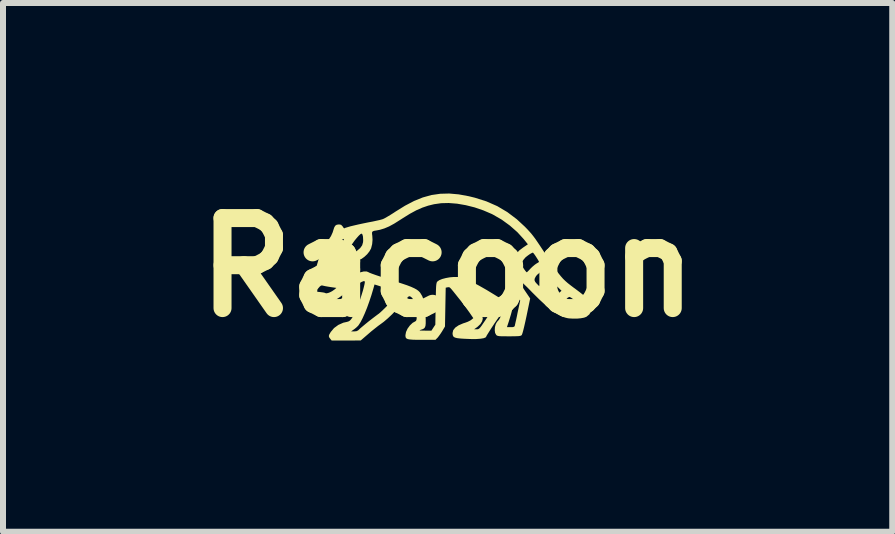
<source format=kicad_pcb>
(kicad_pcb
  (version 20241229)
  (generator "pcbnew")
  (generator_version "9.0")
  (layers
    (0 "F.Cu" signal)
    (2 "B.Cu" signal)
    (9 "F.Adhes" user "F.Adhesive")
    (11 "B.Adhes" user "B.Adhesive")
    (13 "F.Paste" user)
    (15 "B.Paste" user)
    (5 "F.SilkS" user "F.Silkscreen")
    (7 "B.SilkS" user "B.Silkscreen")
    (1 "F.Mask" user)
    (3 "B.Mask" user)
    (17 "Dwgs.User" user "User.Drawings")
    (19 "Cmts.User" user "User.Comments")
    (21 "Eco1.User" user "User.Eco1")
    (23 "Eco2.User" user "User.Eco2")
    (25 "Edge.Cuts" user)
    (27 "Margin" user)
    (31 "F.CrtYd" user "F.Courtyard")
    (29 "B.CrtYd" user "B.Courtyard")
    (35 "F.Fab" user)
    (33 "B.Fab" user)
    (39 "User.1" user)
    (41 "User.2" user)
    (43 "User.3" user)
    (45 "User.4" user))
  (footprint "Racoon"
    (layer "F.Cu")
    (at 4.407 1.404)
    (property "Reference" "Racoon" (at 0 0 0) (layer "F.SilkS") (effects (font (size 1.5 1.5) (thickness 0.3))))
    (attr board_only exclude_from_pos_files exclude_from_bom)
    (fp_poly (pts (xy 0.185 -1.216) (xy 0.353 -1.185) (xy 0.455 -1.16) (xy 0.647 -1.099) (xy 0.827 -1.02) (xy 0.994 -0.921) (xy 1.152 -0.802) (xy 1.286 -0.678) (xy 1.326 -0.637) (xy 1.36 -0.6) (xy 1.393 -0.563) (xy 1.424 -0.524) (xy 1.458 -0.479) (xy 1.495 -0.425) (xy 1.539 -0.36) (xy 1.591 -0.281) (xy 1.641 -0.205) (xy 1.706 -0.105) (xy 1.76 -0.023) (xy 1.807 0.045) (xy 1.848 0.101) (xy 1.886 0.148) (xy 1.922 0.189) (xy 1.96 0.226) (xy 2.001 0.262) (xy 2.048 0.299) (xy 2.102 0.34) (xy 2.122 0.354) (xy 2.204 0.416) (xy 2.268 0.467) (xy 2.318 0.509) (xy 2.353 0.544) (xy 2.378 0.576) (xy 2.393 0.606) (xy 2.401 0.636) (xy 2.403 0.669) (xy 2.403 0.672) (xy 2.392 0.731) (xy 2.36 0.784) (xy 2.311 0.824) (xy 2.273 0.838) (xy 2.219 0.848) (xy 2.155 0.854) (xy 2.087 0.854) (xy 2.021 0.85) (xy 1.99 0.845) (xy 1.928 0.827) (xy 1.861 0.797) (xy 1.789 0.754) (xy 1.709 0.696) (xy 1.64 0.637) (xy 1.911 0.637) (xy 1.921 0.651) (xy 1.95 0.668) (xy 1.991 0.684) (xy 2.034 0.696) (xy 2.061 0.699) (xy 2.101 0.699) (xy 2.146 0.697) (xy 2.189 0.693) (xy 2.224 0.688) (xy 2.242 0.681) (xy 2.243 0.681) (xy 2.246 0.665) (xy 2.229 0.641) (xy 2.226 0.638) (xy 2.203 0.616) (xy 2.169 0.588) (xy 2.131 0.558) (xy 2.092 0.53) (xy 2.059 0.507) (xy 2.036 0.494) (xy 2.03 0.492) (xy 2.006 0.502) (xy 1.977 0.526) (xy 1.948 0.56) (xy 1.925 0.596) (xy 1.912 0.628) (xy 1.911 0.637) (xy 1.64 0.637) (xy 1.622 0.622) (xy 1.524 0.531) (xy 1.415 0.423) (xy 1.411 0.419) (xy 1.657 0.419) (xy 1.657 0.436) (xy 1.668 0.453) (xy 1.692 0.476) (xy 1.706 0.489) (xy 1.737 0.515) (xy 1.76 0.533) (xy 1.77 0.539) (xy 1.779 0.53) (xy 1.794 0.507) (xy 1.799 0.497) (xy 1.823 0.461) (xy 1.854 0.427) (xy 1.859 0.423) (xy 1.897 0.39) (xy 1.842 0.335) (xy 1.812 0.308) (xy 1.788 0.288) (xy 1.775 0.281) (xy 1.753 0.29) (xy 1.725 0.313) (xy 1.696 0.343) (xy 1.673 0.375) (xy 1.664 0.395) (xy 1.657 0.419) (xy 1.411 0.419) (xy 1.385 0.392) (xy 1.324 0.33) (xy 1.277 0.285) (xy 1.244 0.254) (xy 1.221 0.237) (xy 1.209 0.233) (xy 1.207 0.235) (xy 1.203 0.242) (xy 1.201 0.249) (xy 1.204 0.258) (xy 1.212 0.275) (xy 1.228 0.3) (xy 1.254 0.339) (xy 1.291 0.394) (xy 1.293 0.397) (xy 1.375 0.518) (xy 1.314 0.813) (xy 1.294 0.905) (xy 1.276 0.984) (xy 1.26 1.049) (xy 1.247 1.096) (xy 1.237 1.123) (xy 1.234 1.128) (xy 1.224 1.136) (xy 1.21 1.141) (xy 1.186 1.145) (xy 1.15 1.147) (xy 1.097 1.148) (xy 1.025 1.149) (xy 1.024 1.149) (xy 0.952 1.148) (xy 0.9 1.148) (xy 0.864 1.146) (xy 0.839 1.142) (xy 0.824 1.137) (xy 0.812 1.129) (xy 0.809 1.125) (xy 0.791 1.093) (xy 0.785 1.048) (xy 0.788 0.997) (xy 0.801 0.948) (xy 0.823 0.908) (xy 0.841 0.889) (xy 0.859 0.867) (xy 0.877 0.833) (xy 0.889 0.797) (xy 0.891 0.781) (xy 0.885 0.786) (xy 0.868 0.808) (xy 0.842 0.844) (xy 0.809 0.892) (xy 0.771 0.948) (xy 0.768 0.953) (xy 0.729 1.012) (xy 0.696 1.064) (xy 0.669 1.107) (xy 0.651 1.136) (xy 0.645 1.15) (xy 0.645 1.15) (xy 0.633 1.167) (xy 0.601 1.18) (xy 0.548 1.189) (xy 0.477 1.194) (xy 0.39 1.194) (xy 0.287 1.19) (xy 0.219 1.186) (xy 0.159 1.179) (xy 0.12 1.169) (xy 0.096 1.153) (xy 0.085 1.128) (xy 0.082 1.095) (xy 0.093 1.047) (xy 0.127 1.004) (xy 0.182 0.966) (xy 0.258 0.933) (xy 0.293 0.922) (xy 0.336 0.906) (xy 0.376 0.886) (xy 0.393 0.875) (xy 0.428 0.846) (xy 0.361 0.748) (xy 0.334 0.711) (xy 0.299 0.663) (xy 0.259 0.609) (xy 0.215 0.552) (xy 0.17 0.496) (xy 0.128 0.443) (xy 0.091 0.397) (xy 0.061 0.361) (xy 0.041 0.34) (xy 0.253 0.34) (xy 0.256 0.348) (xy 0.272 0.371) (xy 0.296 0.403) (xy 0.314 0.425) (xy 0.396 0.529) (xy 0.464 0.621) (xy 0.518 0.701) (xy 0.557 0.768) (xy 0.579 0.82) (xy 0.586 0.854) (xy 0.575 0.898) (xy 0.546 0.945) (xy 0.501 0.988) (xy 0.491 0.996) (xy 0.442 1.031) (xy 0.485 1.031) (xy 0.499 1.031) (xy 0.512 1.028) (xy 0.526 1.019) (xy 0.542 1.003) (xy 0.563 0.976) (xy 0.59 0.936) (xy 0.628 0.881) (xy 0.657 0.837) (xy 0.696 0.778) (xy 0.731 0.725) (xy 0.758 0.683) (xy 0.776 0.653) (xy 0.783 0.639) (xy 0.783 0.639) (xy 0.766 0.626) (xy 0.733 0.605) (xy 0.686 0.577) (xy 0.63 0.544) (xy 0.568 0.509) (xy 0.504 0.472) (xy 0.44 0.436) (xy 0.38 0.404) (xy 0.328 0.376) (xy 0.287 0.355) (xy 0.261 0.342) (xy 0.253 0.34) (xy 0.041 0.34) (xy 0.04 0.339) (xy 0.034 0.334) (xy 0.014 0.33) (xy -0.005 0.333) (xy -0.032 0.339) (xy -0.038 0.662) (xy -0.044 0.985) (xy -0.091 1.064) (xy -0.119 1.107) (xy -0.147 1.146) (xy -0.169 1.174) (xy -0.171 1.175) (xy -0.202 1.207) (xy -0.427 1.207) (xy -0.514 1.207) (xy -0.581 1.205) (xy -0.63 1.201) (xy -0.664 1.195) (xy -0.686 1.184) (xy -0.698 1.169) (xy -0.702 1.149) (xy -0.703 1.13) (xy -0.693 1.076) (xy -0.667 1.02) (xy -0.628 0.967) (xy -0.583 0.924) (xy -0.543 0.902) (xy -0.529 0.893) (xy -0.52 0.877) (xy -0.516 0.851) (xy -0.517 0.811) (xy -0.522 0.754) (xy -0.528 0.703) (xy -0.543 0.619) (xy -0.564 0.553) (xy -0.591 0.508) (xy -0.623 0.484) (xy -0.643 0.481) (xy -0.654 0.489) (xy -0.678 0.512) (xy -0.71 0.546) (xy -0.747 0.588) (xy -0.753 0.595) (xy -0.843 0.696) (xy -0.923 0.78) (xy -0.996 0.849) (xy -1.064 0.907) (xy -1.11 0.941) (xy -1.157 0.975) (xy -1.214 1.02) (xy -1.274 1.068) (xy -1.326 1.113) (xy -1.448 1.218) (xy -1.69 1.219) (xy -1.932 1.219) (xy -1.957 1.188) (xy -1.974 1.164) (xy -1.979 1.143) (xy -1.972 1.119) (xy -1.952 1.085) (xy -1.947 1.076) (xy -1.939 1.067) (xy -1.609 1.067) (xy -1.557 1.067) (xy -1.517 1.063) (xy -1.49 1.049) (xy -1.476 1.036) (xy -1.453 1.014) (xy -1.415 0.982) (xy -1.367 0.942) (xy -1.313 0.898) (xy -1.256 0.854) (xy -1.201 0.812) (xy -1.153 0.776) (xy -1.15 0.775) (xy -1.123 0.752) (xy -1.085 0.717) (xy -1.04 0.673) (xy -0.991 0.623) (xy -0.941 0.572) (xy -0.896 0.523) (xy -0.858 0.479) (xy -0.83 0.446) (xy -0.818 0.429) (xy -0.822 0.421) (xy -0.844 0.409) (xy -0.883 0.394) (xy -0.942 0.373) (xy -1.014 0.349) (xy -1.218 0.285) (xy -1.236 0.35) (xy -1.269 0.461) (xy -1.305 0.569) (xy -1.342 0.672) (xy -1.38 0.766) (xy -1.417 0.848) (xy -1.452 0.915) (xy -1.484 0.964) (xy -1.494 0.976) (xy -1.523 1.004) (xy -1.558 1.032) (xy -1.566 1.037) (xy -1.609 1.067) (xy -1.939 1.067) (xy -1.892 1.011) (xy -1.821 0.959) (xy -1.738 0.922) (xy -1.68 0.909) (xy -1.652 0.901) (xy -1.627 0.886) (xy -1.604 0.86) (xy -1.578 0.819) (xy -1.546 0.76) (xy -1.544 0.755) (xy -1.523 0.709) (xy -1.5 0.652) (xy -1.476 0.587) (xy -1.452 0.518) (xy -1.43 0.449) (xy -1.41 0.383) (xy -1.395 0.325) (xy -1.384 0.278) (xy -1.379 0.245) (xy -1.381 0.232) (xy -1.399 0.229) (xy -1.432 0.242) (xy -1.482 0.27) (xy -1.548 0.313) (xy -1.63 0.372) (xy -1.73 0.447) (xy -1.738 0.453) (xy -1.811 0.506) (xy -1.873 0.545) (xy -1.926 0.569) (xy -1.975 0.581) (xy -2.023 0.583) (xy -2.044 0.581) (xy -2.09 0.575) (xy -2.145 0.568) (xy -2.18 0.564) (xy -2.237 0.556) (xy -2.278 0.542) (xy -2.31 0.519) (xy -2.341 0.483) (xy -2.345 0.478) (xy -2.373 0.428) (xy -2.376 0.404) (xy -2.203 0.404) (xy -2.127 0.411) (xy -2.087 0.416) (xy -2.057 0.421) (xy -2.043 0.426) (xy -2.024 0.433) (xy -1.991 0.427) (xy -1.962 0.416) (xy -1.923 0.396) (xy -1.888 0.371) (xy -1.887 0.371) (xy -1.853 0.342) (xy -1.945 0.329) (xy -1.994 0.321) (xy -2.039 0.313) (xy -2.071 0.306) (xy -2.073 0.305) (xy -2.095 0.301) (xy -2.111 0.305) (xy -2.131 0.321) (xy -2.156 0.35) (xy -2.203 0.404) (xy -2.376 0.404) (xy -2.379 0.384) (xy -2.362 0.343) (xy -2.343 0.322) (xy -2.282 0.255) (xy -2.238 0.19) (xy -2.214 0.129) (xy -2.213 0.127) (xy -2.05 0.127) (xy -2.042 0.147) (xy -2.02 0.16) (xy -1.981 0.168) (xy -1.931 0.175) (xy -1.887 0.179) (xy -1.856 0.177) (xy -1.83 0.164) (xy -1.8 0.139) (xy -1.785 0.125) (xy -1.758 0.098) (xy -1.74 0.077) (xy -1.735 0.068) (xy -1.744 0.057) (xy -1.767 0.043) (xy -1.773 0.04) (xy -1.81 0.017) (xy -1.844 -0.008) (xy -1.881 -0.029) (xy -1.927 -0.035) (xy -1.93 -0.035) (xy -1.978 -0.032) (xy -2.008 -0.018) (xy -2.027 0.009) (xy -2.039 0.047) (xy -2.048 0.095) (xy -2.05 0.127) (xy -2.213 0.127) (xy -2.21 0.111) (xy -2.187 -0.007) (xy -2.151 -0.129) (xy -2.123 -0.202) (xy -1.957 -0.202) (xy -1.901 -0.194) (xy -1.865 -0.187) (xy -1.836 -0.178) (xy -1.805 -0.163) (xy -1.767 -0.139) (xy -1.741 -0.122) (xy -1.697 -0.097) (xy -1.649 -0.078) (xy -1.624 -0.072) (xy -1.574 -0.055) (xy -1.544 -0.028) (xy -1.535 0.01) (xy -1.548 0.057) (xy -1.564 0.088) (xy -1.582 0.117) (xy -1.592 0.138) (xy -1.594 0.143) (xy -1.584 0.141) (xy -1.559 0.131) (xy -1.523 0.114) (xy -1.513 0.109) (xy -1.452 0.082) (xy -1.396 0.068) (xy -1.35 0.068) (xy -1.322 0.079) (xy -1.301 0.09) (xy -1.257 0.107) (xy -1.192 0.13) (xy -1.105 0.159) (xy -0.996 0.195) (xy -0.869 0.235) (xy -0.763 0.269) (xy -0.677 0.298) (xy -0.609 0.324) (xy -0.556 0.348) (xy -0.516 0.37) (xy -0.485 0.393) (xy -0.462 0.417) (xy -0.456 0.425) (xy -0.425 0.476) (xy -0.401 0.535) (xy -0.385 0.604) (xy -0.373 0.689) (xy -0.367 0.792) (xy -0.367 0.803) (xy -0.365 0.878) (xy -0.365 0.934) (xy -0.369 0.973) (xy -0.378 0.999) (xy -0.393 1.017) (xy -0.414 1.029) (xy -0.441 1.038) (xy -0.461 1.045) (xy -0.467 1.049) (xy -0.457 1.052) (xy -0.429 1.053) (xy -0.38 1.054) (xy -0.378 1.054) (xy -0.27 1.055) (xy -0.238 1.005) (xy -0.205 0.955) (xy -0.199 0.608) (xy -0.197 0.508) (xy -0.196 0.429) (xy -0.194 0.368) (xy -0.192 0.322) (xy -0.189 0.289) (xy -0.185 0.266) (xy -0.181 0.251) (xy -0.175 0.241) (xy -0.171 0.236) (xy -0.14 0.214) (xy -0.091 0.194) (xy -0.03 0.178) (xy 0.036 0.166) (xy 0.104 0.16) (xy 0.166 0.16) (xy 0.201 0.165) (xy 0.261 0.181) (xy 0.335 0.21) (xy 0.423 0.251) (xy 0.528 0.307) (xy 0.649 0.376) (xy 0.779 0.455) (xy 0.877 0.516) (xy 0.954 0.566) (xy 1.012 0.606) (xy 1.051 0.637) (xy 1.072 0.659) (xy 1.075 0.665) (xy 1.077 0.687) (xy 1.07 0.728) (xy 1.054 0.787) (xy 1.03 0.866) (xy 1.02 0.899) (xy 0.988 0.996) (xy 1.05 0.996) (xy 1.088 0.995) (xy 1.109 0.988) (xy 1.118 0.976) (xy 1.122 0.958) (xy 1.13 0.921) (xy 1.142 0.87) (xy 1.155 0.809) (xy 1.166 0.753) (xy 1.209 0.551) (xy 1.119 0.42) (xy 1.081 0.363) (xy 1.055 0.321) (xy 1.04 0.287) (xy 1.035 0.258) (xy 1.039 0.227) (xy 1.044 0.213) (xy 1.447 0.213) (xy 1.459 0.242) (xy 1.483 0.27) (xy 1.527 0.315) (xy 1.561 0.265) (xy 1.591 0.227) (xy 1.628 0.192) (xy 1.641 0.182) (xy 1.687 0.15) (xy 1.652 0.098) (xy 1.63 0.069) (xy 1.612 0.051) (xy 1.604 0.047) (xy 1.585 0.054) (xy 1.555 0.072) (xy 1.523 0.097) (xy 1.493 0.122) (xy 1.475 0.143) (xy 1.474 0.143) (xy 1.452 0.183) (xy 1.447 0.213) (xy 1.044 0.213) (xy 1.051 0.192) (xy 1.059 0.17) (xy 1.07 0.124) (xy 1.077 0.057) (xy 1.078 0.01) (xy 1.082 -0.049) (xy 1.231 -0.049) (xy 1.237 -0.032) (xy 1.252 -0.004) (xy 1.273 0.028) (xy 1.294 0.057) (xy 1.311 0.077) (xy 1.319 0.082) (xy 1.329 0.074) (xy 1.35 0.053) (xy 1.378 0.024) (xy 1.378 0.023) (xy 1.414 -0.012) (xy 1.451 -0.043) (xy 1.476 -0.061) (xy 1.503 -0.077) (xy 1.52 -0.088) (xy 1.522 -0.09) (xy 1.519 -0.1) (xy 1.506 -0.124) (xy 1.486 -0.156) (xy 1.464 -0.19) (xy 1.443 -0.22) (xy 1.427 -0.24) (xy 1.42 -0.246) (xy 1.402 -0.239) (xy 1.373 -0.223) (xy 1.34 -0.2) (xy 1.309 -0.176) (xy 1.297 -0.166) (xy 1.262 -0.125) (xy 1.238 -0.082) (xy 1.231 -0.049) (xy 1.082 -0.049) (xy 1.084 -0.082) (xy 1.104 -0.159) (xy 1.14 -0.224) (xy 1.195 -0.283) (xy 1.26 -0.332) (xy 1.337 -0.384) (xy 1.268 -0.47) (xy 1.161 -0.587) (xy 1.037 -0.696) (xy 0.901 -0.795) (xy 0.759 -0.877) (xy 0.736 -0.889) (xy 0.596 -0.949) (xy 0.45 -0.999) (xy 0.302 -1.036) (xy 0.157 -1.061) (xy 0.018 -1.072) (xy -0.108 -1.069) (xy -0.121 -1.067) (xy -0.226 -1.052) (xy -0.324 -1.028) (xy -0.421 -0.995) (xy -0.521 -0.951) (xy -0.628 -0.893) (xy -0.744 -0.821) (xy -0.791 -0.791) (xy -0.889 -0.729) (xy -0.975 -0.682) (xy -1.053 -0.649) (xy -1.128 -0.626) (xy -1.185 -0.615) (xy -1.228 -0.608) (xy -1.251 -0.597) (xy -1.26 -0.579) (xy -1.258 -0.547) (xy -1.255 -0.527) (xy -1.251 -0.459) (xy -1.257 -0.388) (xy -1.273 -0.324) (xy -1.275 -0.316) (xy -1.302 -0.267) (xy -1.34 -0.219) (xy -1.386 -0.176) (xy -1.433 -0.142) (xy -1.478 -0.121) (xy -1.502 -0.117) (xy -1.536 -0.125) (xy -1.559 -0.141) (xy -1.58 -0.17) (xy -1.581 -0.2) (xy -1.561 -0.232) (xy -1.52 -0.268) (xy -1.511 -0.275) (xy -1.457 -0.321) (xy -1.424 -0.367) (xy -1.409 -0.419) (xy -1.407 -0.451) (xy -1.41 -0.511) (xy -1.419 -0.548) (xy -1.434 -0.562) (xy -1.436 -0.563) (xy -1.453 -0.553) (xy -1.48 -0.528) (xy -1.513 -0.491) (xy -1.55 -0.446) (xy -1.586 -0.395) (xy -1.589 -0.39) (xy -1.629 -0.333) (xy -1.661 -0.295) (xy -1.687 -0.274) (xy -1.712 -0.269) (xy -1.737 -0.276) (xy -1.756 -0.288) (xy -1.777 -0.316) (xy -1.78 -0.355) (xy -1.766 -0.4) (xy -1.751 -0.426) (xy -1.734 -0.453) (xy -1.726 -0.472) (xy -1.726 -0.475) (xy -1.737 -0.472) (xy -1.761 -0.458) (xy -1.779 -0.445) (xy -1.829 -0.399) (xy -1.879 -0.337) (xy -1.923 -0.267) (xy -1.932 -0.25) (xy -1.957 -0.202) (xy -2.123 -0.202) (xy -2.105 -0.248) (xy -2.05 -0.357) (xy -1.99 -0.45) (xy -1.985 -0.457) (xy -1.943 -0.521) (xy -1.915 -0.583) (xy -1.906 -0.613) (xy -1.89 -0.663) (xy -1.872 -0.694) (xy -1.847 -0.71) (xy -1.813 -0.715) (xy -1.806 -0.715) (xy -1.775 -0.709) (xy -1.752 -0.686) (xy -1.748 -0.68) (xy -1.733 -0.658) (xy -1.723 -0.649) (xy -1.722 -0.65) (xy -1.705 -0.658) (xy -1.669 -0.669) (xy -1.618 -0.684) (xy -1.555 -0.699) (xy -1.486 -0.715) (xy -1.412 -0.731) (xy -1.339 -0.746) (xy -1.319 -0.75) (xy -1.25 -0.763) (xy -1.186 -0.777) (xy -1.131 -0.789) (xy -1.091 -0.8) (xy -1.076 -0.805) (xy -1.049 -0.818) (xy -1.007 -0.842) (xy -0.955 -0.873) (xy -0.898 -0.909) (xy -0.868 -0.929) (xy -0.71 -1.027) (xy -0.559 -1.106) (xy -0.413 -1.165) (xy -0.269 -1.205) (xy -0.123 -1.226) (xy 0.027 -1.23)) (stroke (width 0) (type solid)) (fill yes) (layer "F.SilkS")))
  (gr_rect
    (start -3 -3)
    (end 11.814 5.808)
    (stroke (width 0.1) (type default))
    (fill no)
    (layer "Edge.Cuts")))
</source>
